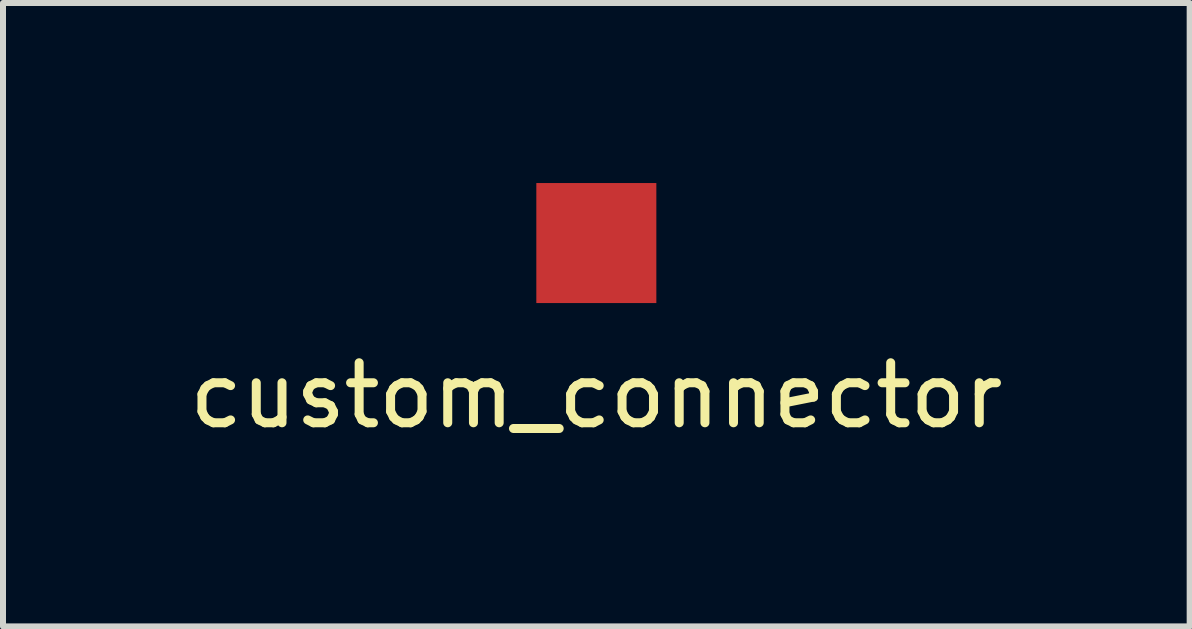
<source format=kicad_pcb>
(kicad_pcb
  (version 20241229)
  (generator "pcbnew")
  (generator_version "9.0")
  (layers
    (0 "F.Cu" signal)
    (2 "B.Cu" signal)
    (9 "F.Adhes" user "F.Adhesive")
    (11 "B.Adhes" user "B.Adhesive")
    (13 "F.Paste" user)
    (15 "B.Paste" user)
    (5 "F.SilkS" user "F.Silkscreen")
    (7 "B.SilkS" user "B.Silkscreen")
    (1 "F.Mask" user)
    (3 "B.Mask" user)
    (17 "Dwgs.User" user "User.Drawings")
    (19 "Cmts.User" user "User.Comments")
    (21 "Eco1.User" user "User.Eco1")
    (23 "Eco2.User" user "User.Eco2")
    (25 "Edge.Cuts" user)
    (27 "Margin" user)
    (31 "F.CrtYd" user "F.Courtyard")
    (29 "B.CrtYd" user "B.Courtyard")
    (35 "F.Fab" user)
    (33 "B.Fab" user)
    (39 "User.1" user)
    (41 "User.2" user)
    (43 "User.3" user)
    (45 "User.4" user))
  (footprint "custom_connector"
    (layer "F.Cu")
    (at 6.887 1)
    (property "Reference" "custom_connector" (at 0 2.54 0) (layer "F.SilkS") (effects (font (size 1 1) (thickness 0.15))))
    (attr through_hole)
    (pad "1" smd rect (at 0 0) (size 2 2) (layers "F.Cu" "F.Mask" "F.Paste")))
  (gr_rect
    (start -3 -3)
    (end 16.774 7.388)
    (stroke (width 0.1) (type default))
    (fill no)
    (layer "Edge.Cuts")))
</source>
